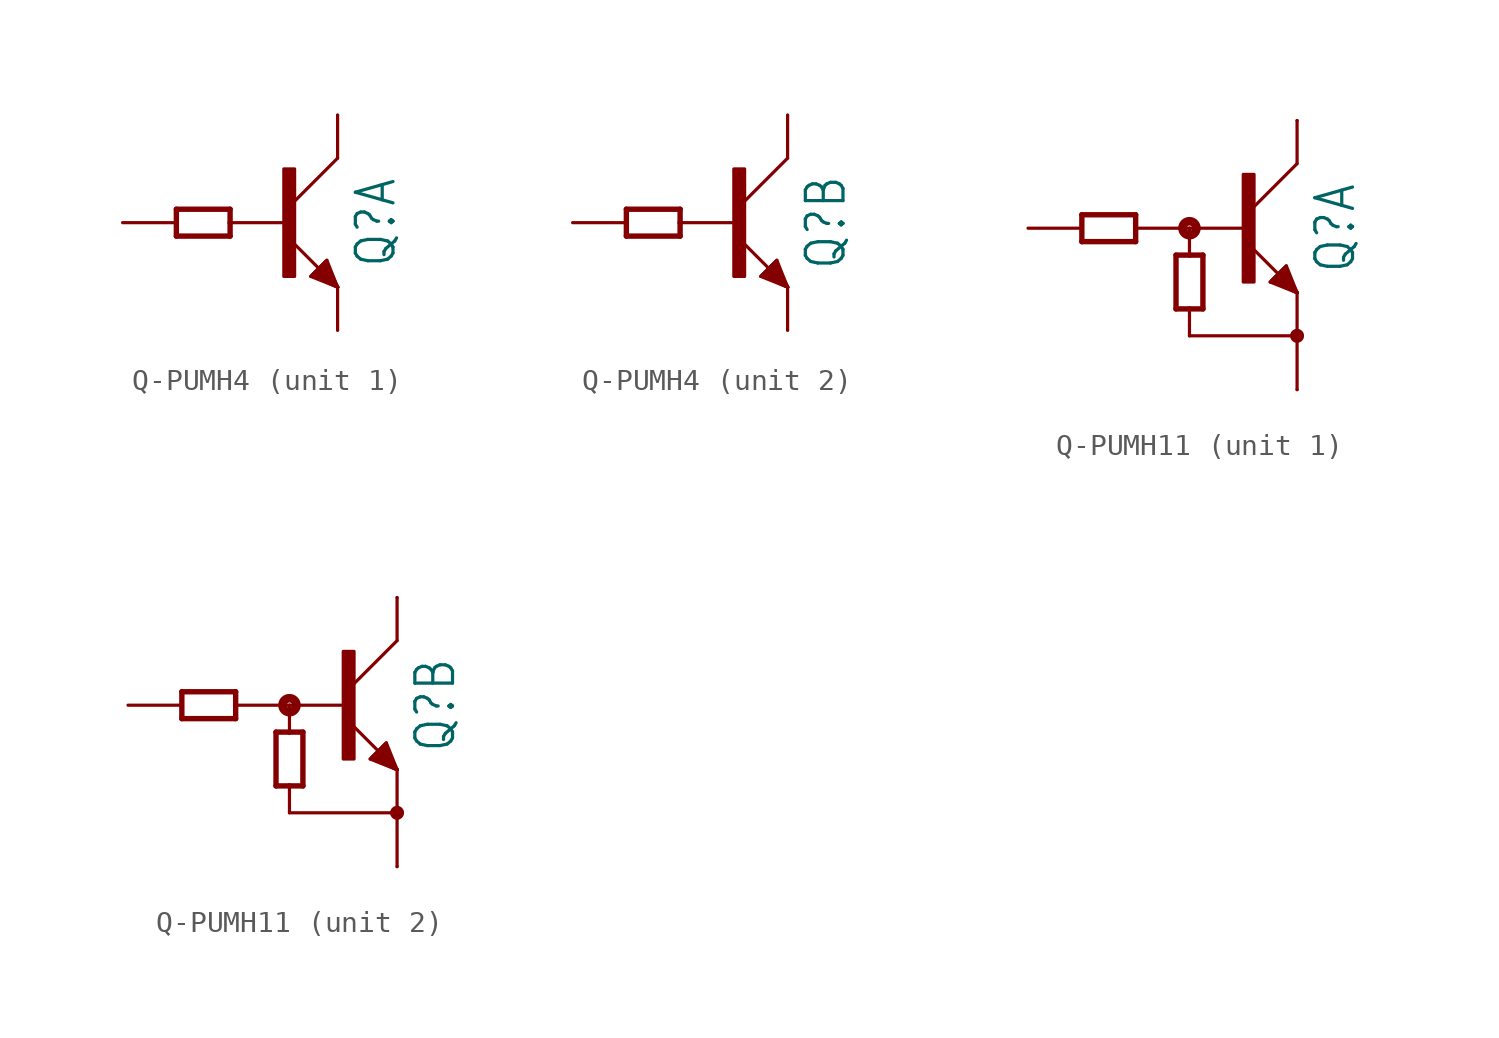
<source format=kicad_sym>
(kicad_symbol_lib
  (version 20231120)
  (generator "kicad_symbol_editor")
  (generator_version "8.0")
  (symbol "Q-PUMH4"
    (property "Reference" "Q"
      (at 3.302 0 90)
      (effects (font (size 1.778 1.511)) (justify top)))
    (property "Value" ""
      (at 5.842 0 90)
      (effects (font (size 1.778 1.511)) (justify top)))
    (property "ki_locked" ""
      (at 0 0 0)
      (effects (font (size 1.27 1.27))))
    (symbol "Q-PUMH4_1_0"
      (rectangle (start 0 -2.54) (end 0.508 2.54) (stroke (width 0) (type default)) (fill (type outline)))
      (polyline (pts (xy -5.08 -0.635) (xy -2.54 -0.635)) (stroke (width 0.254) (type solid)) (fill (type none)))
      (polyline (pts (xy -5.08 0.635) (xy -5.08 -0.635)) (stroke (width 0.254) (type solid)) (fill (type none)))
      (polyline (pts (xy -2.54 -0.635) (xy -2.54 0)) (stroke (width 0.254) (type solid)) (fill (type none)))
      (polyline (pts (xy -2.54 0) (xy -2.54 0.635)) (stroke (width 0.254) (type solid)) (fill (type none)))
      (polyline (pts (xy -2.54 0.635) (xy -5.08 0.635)) (stroke (width 0.254) (type solid)) (fill (type none)))
      (polyline (pts (xy 0 0) (xy -2.54 0)) (stroke (width 0.152) (type solid)) (fill (type none)))
      (polyline (pts (xy 1.27 -2.54) (xy 2.54 -3.048)) (stroke (width 0.152) (type solid)) (fill (type none)))
      (polyline (pts (xy 1.333 -2.477) (xy 1.27 -2.54)) (stroke (width 0.152) (type solid)) (fill (type none)))
      (polyline (pts (xy 1.397 -2.413) (xy 1.333 -2.477)) (stroke (width 0.152) (type solid)) (fill (type none)))
      (polyline (pts (xy 1.46 -2.349) (xy 1.397 -2.413)) (stroke (width 0.152) (type solid)) (fill (type none)))
      (polyline (pts (xy 1.524 -2.286) (xy 1.46 -2.349)) (stroke (width 0.152) (type solid)) (fill (type none)))
      (polyline (pts (xy 1.587 -2.223) (xy 1.524 -2.286)) (stroke (width 0.152) (type solid)) (fill (type none)))
      (polyline (pts (xy 1.714 -2.095) (xy 1.587 -2.223)) (stroke (width 0.152) (type solid)) (fill (type none)))
      (polyline (pts (xy 1.778 -2.032) (xy 1.714 -2.095)) (stroke (width 0.152) (type solid)) (fill (type none)))
      (polyline (pts (xy 1.841 -1.968) (xy 1.778 -2.032)) (stroke (width 0.152) (type solid)) (fill (type none)))
      (polyline (pts (xy 1.905 -1.905) (xy 1.841 -1.968)) (stroke (width 0.152) (type solid)) (fill (type none)))
      (polyline (pts (xy 1.968 -1.841) (xy 1.905 -1.905)) (stroke (width 0.152) (type solid)) (fill (type none)))
      (polyline (pts (xy 2.032 -1.778) (xy 1.968 -1.841)) (stroke (width 0.152) (type solid)) (fill (type none)))
      (polyline (pts (xy 2.54 -3.048) (xy 0.254 -0.762)) (stroke (width 0.152) (type solid)) (fill (type none)))
      (polyline (pts (xy 2.54 -3.048) (xy 1.333 -2.477)) (stroke (width 0.152) (type solid)) (fill (type none)))
      (polyline (pts (xy 2.54 -3.048) (xy 1.397 -2.413)) (stroke (width 0.152) (type solid)) (fill (type none)))
      (polyline (pts (xy 2.54 -3.048) (xy 1.46 -2.349)) (stroke (width 0.152) (type solid)) (fill (type none)))
      (polyline (pts (xy 2.54 -3.048) (xy 1.524 -2.286)) (stroke (width 0.152) (type solid)) (fill (type none)))
      (polyline (pts (xy 2.54 -3.048) (xy 1.587 -2.223)) (stroke (width 0.152) (type solid)) (fill (type none)))
      (polyline (pts (xy 2.54 -3.048) (xy 1.714 -2.095)) (stroke (width 0.152) (type solid)) (fill (type none)))
      (polyline (pts (xy 2.54 -3.048) (xy 1.778 -2.032)) (stroke (width 0.152) (type solid)) (fill (type none)))
      (polyline (pts (xy 2.54 -3.048) (xy 1.841 -1.968)) (stroke (width 0.152) (type solid)) (fill (type none)))
      (polyline (pts (xy 2.54 -3.048) (xy 1.905 -1.905)) (stroke (width 0.152) (type solid)) (fill (type none)))
      (polyline (pts (xy 2.54 -3.048) (xy 1.968 -1.841)) (stroke (width 0.152) (type solid)) (fill (type none)))
      (polyline (pts (xy 2.54 -3.048) (xy 2.032 -1.778)) (stroke (width 0.152) (type solid)) (fill (type none)))
      (polyline (pts (xy 2.54 -3.048) (xy 2.54 -5.08)) (stroke (width 0.152) (type solid)) (fill (type none)))
      (polyline (pts (xy 2.54 3.048) (xy 0.254 0.762)) (stroke (width 0.152) (type solid)) (fill (type none)))
      (polyline (pts (xy 2.54 5.08) (xy 2.54 3.048)) (stroke (width 0.152) (type solid)) (fill (type none)))
      (pin passive line (at 2.54 -5.08 90) (length 0) (name "E" (effects (font (size 0 0)))) (number "1" (effects (font (size 0 0)))))
      (pin passive line (at -7.62 0 0) (length 2.54) (name "B" (effects (font (size 0 0)))) (number "2" (effects (font (size 0 0)))))
      (pin passive line (at 2.54 5.08 270) (length 0) (name "C" (effects (font (size 0 0)))) (number "6" (effects (font (size 0 0))))))
    (symbol "Q-PUMH4_2_0"
      (rectangle (start 0 -2.54) (end 0.508 2.54) (stroke (width 0) (type default)) (fill (type outline)))
      (polyline (pts (xy -5.08 -0.635) (xy -2.54 -0.635)) (stroke (width 0.254) (type solid)) (fill (type none)))
      (polyline (pts (xy -5.08 0.635) (xy -5.08 -0.635)) (stroke (width 0.254) (type solid)) (fill (type none)))
      (polyline (pts (xy -2.54 -0.635) (xy -2.54 0)) (stroke (width 0.254) (type solid)) (fill (type none)))
      (polyline (pts (xy -2.54 0) (xy -2.54 0.635)) (stroke (width 0.254) (type solid)) (fill (type none)))
      (polyline (pts (xy -2.54 0.635) (xy -5.08 0.635)) (stroke (width 0.254) (type solid)) (fill (type none)))
      (polyline (pts (xy 0 0) (xy -2.54 0)) (stroke (width 0.152) (type solid)) (fill (type none)))
      (polyline (pts (xy 1.27 -2.54) (xy 2.54 -3.048)) (stroke (width 0.152) (type solid)) (fill (type none)))
      (polyline (pts (xy 1.333 -2.477) (xy 1.27 -2.54)) (stroke (width 0.152) (type solid)) (fill (type none)))
      (polyline (pts (xy 1.397 -2.413) (xy 1.333 -2.477)) (stroke (width 0.152) (type solid)) (fill (type none)))
      (polyline (pts (xy 1.46 -2.349) (xy 1.397 -2.413)) (stroke (width 0.152) (type solid)) (fill (type none)))
      (polyline (pts (xy 1.524 -2.286) (xy 1.46 -2.349)) (stroke (width 0.152) (type solid)) (fill (type none)))
      (polyline (pts (xy 1.587 -2.223) (xy 1.524 -2.286)) (stroke (width 0.152) (type solid)) (fill (type none)))
      (polyline (pts (xy 1.714 -2.095) (xy 1.587 -2.223)) (stroke (width 0.152) (type solid)) (fill (type none)))
      (polyline (pts (xy 1.778 -2.032) (xy 1.714 -2.095)) (stroke (width 0.152) (type solid)) (fill (type none)))
      (polyline (pts (xy 1.841 -1.968) (xy 1.778 -2.032)) (stroke (width 0.152) (type solid)) (fill (type none)))
      (polyline (pts (xy 1.905 -1.905) (xy 1.841 -1.968)) (stroke (width 0.152) (type solid)) (fill (type none)))
      (polyline (pts (xy 1.968 -1.841) (xy 1.905 -1.905)) (stroke (width 0.152) (type solid)) (fill (type none)))
      (polyline (pts (xy 2.032 -1.778) (xy 1.968 -1.841)) (stroke (width 0.152) (type solid)) (fill (type none)))
      (polyline (pts (xy 2.54 -3.048) (xy 0.254 -0.762)) (stroke (width 0.152) (type solid)) (fill (type none)))
      (polyline (pts (xy 2.54 -3.048) (xy 1.333 -2.477)) (stroke (width 0.152) (type solid)) (fill (type none)))
      (polyline (pts (xy 2.54 -3.048) (xy 1.397 -2.413)) (stroke (width 0.152) (type solid)) (fill (type none)))
      (polyline (pts (xy 2.54 -3.048) (xy 1.46 -2.349)) (stroke (width 0.152) (type solid)) (fill (type none)))
      (polyline (pts (xy 2.54 -3.048) (xy 1.524 -2.286)) (stroke (width 0.152) (type solid)) (fill (type none)))
      (polyline (pts (xy 2.54 -3.048) (xy 1.587 -2.223)) (stroke (width 0.152) (type solid)) (fill (type none)))
      (polyline (pts (xy 2.54 -3.048) (xy 1.714 -2.095)) (stroke (width 0.152) (type solid)) (fill (type none)))
      (polyline (pts (xy 2.54 -3.048) (xy 1.778 -2.032)) (stroke (width 0.152) (type solid)) (fill (type none)))
      (polyline (pts (xy 2.54 -3.048) (xy 1.841 -1.968)) (stroke (width 0.152) (type solid)) (fill (type none)))
      (polyline (pts (xy 2.54 -3.048) (xy 1.905 -1.905)) (stroke (width 0.152) (type solid)) (fill (type none)))
      (polyline (pts (xy 2.54 -3.048) (xy 1.968 -1.841)) (stroke (width 0.152) (type solid)) (fill (type none)))
      (polyline (pts (xy 2.54 -3.048) (xy 2.032 -1.778)) (stroke (width 0.152) (type solid)) (fill (type none)))
      (polyline (pts (xy 2.54 -3.048) (xy 2.54 -5.08)) (stroke (width 0.152) (type solid)) (fill (type none)))
      (polyline (pts (xy 2.54 3.048) (xy 0.254 0.762)) (stroke (width 0.152) (type solid)) (fill (type none)))
      (polyline (pts (xy 2.54 5.08) (xy 2.54 3.048)) (stroke (width 0.152) (type solid)) (fill (type none)))
      (pin passive line (at 2.54 5.08 270) (length 0) (name "C" (effects (font (size 0 0)))) (number "3" (effects (font (size 0 0)))))
      (pin passive line (at 2.54 -5.08 90) (length 0) (name "E" (effects (font (size 0 0)))) (number "4" (effects (font (size 0 0)))))
      (pin passive line (at -7.62 0 0) (length 2.54) (name "B" (effects (font (size 0 0)))) (number "5" (effects (font (size 0 0)))))))
  (symbol "Q-PUMH11"
    (property "Reference" "Q"
      (at 5.842 0 90)
      (effects (font (size 1.778 1.511)) (justify top)))
    (property "Value" ""
      (at 8.382 0 90)
      (effects (font (size 1.778 1.511)) (justify top)))
    (property "ki_locked" ""
      (at 0 0 0)
      (effects (font (size 1.27 1.27))))
    (symbol "Q-PUMH11_1_0"
      (polyline (pts (xy -5.08 -0.635) (xy -2.54 -0.635)) (stroke (width 0.254) (type solid)) (fill (type none)))
      (polyline (pts (xy -5.08 0.635) (xy -5.08 -0.635)) (stroke (width 0.254) (type solid)) (fill (type none)))
      (polyline (pts (xy -2.54 -0.635) (xy -2.54 0)) (stroke (width 0.254) (type solid)) (fill (type none)))
      (polyline (pts (xy -2.54 0) (xy -2.54 0.635)) (stroke (width 0.254) (type solid)) (fill (type none)))
      (polyline (pts (xy -2.54 0.635) (xy -5.08 0.635)) (stroke (width 0.254) (type solid)) (fill (type none)))
      (polyline (pts (xy -0.635 -3.81) (xy 0 -3.81)) (stroke (width 0.254) (type solid)) (fill (type none)))
      (polyline (pts (xy -0.635 -1.27) (xy -0.635 -3.81)) (stroke (width 0.254) (type solid)) (fill (type none)))
      (polyline (pts (xy 0 -5.08) (xy 0 -3.81)) (stroke (width 0.152) (type solid)) (fill (type none)))
      (polyline (pts (xy 0 -3.81) (xy 0.635 -3.81)) (stroke (width 0.254) (type solid)) (fill (type none)))
      (polyline (pts (xy 0 -1.27) (xy -0.635 -1.27)) (stroke (width 0.254) (type solid)) (fill (type none)))
      (polyline (pts (xy 0 -1.27) (xy 0 0)) (stroke (width 0.152) (type solid)) (fill (type none)))
      (polyline (pts (xy 0 0) (xy -2.54 0)) (stroke (width 0.152) (type solid)) (fill (type none)))
      (polyline (pts (xy 0.635 -3.81) (xy 0.635 -1.27)) (stroke (width 0.254) (type solid)) (fill (type none)))
      (polyline (pts (xy 0.635 -1.27) (xy 0 -1.27)) (stroke (width 0.254) (type solid)) (fill (type none)))
      (polyline (pts (xy 2.54 0) (xy 0 0)) (stroke (width 0.152) (type solid)) (fill (type none)))
      (polyline (pts (xy 3.81 -2.54) (xy 5.08 -3.048)) (stroke (width 0.152) (type solid)) (fill (type none)))
      (polyline (pts (xy 3.873 -2.477) (xy 3.81 -2.54)) (stroke (width 0.152) (type solid)) (fill (type none)))
      (polyline (pts (xy 3.937 -2.413) (xy 3.873 -2.477)) (stroke (width 0.152) (type solid)) (fill (type none)))
      (polyline (pts (xy 4 -2.349) (xy 3.937 -2.413)) (stroke (width 0.152) (type solid)) (fill (type none)))
      (polyline (pts (xy 4.064 -2.286) (xy 4 -2.349)) (stroke (width 0.152) (type solid)) (fill (type none)))
      (polyline (pts (xy 4.128 -2.223) (xy 4.064 -2.286)) (stroke (width 0.152) (type solid)) (fill (type none)))
      (polyline (pts (xy 4.255 -2.095) (xy 4.128 -2.223)) (stroke (width 0.152) (type solid)) (fill (type none)))
      (polyline (pts (xy 4.318 -2.032) (xy 4.255 -2.095)) (stroke (width 0.152) (type solid)) (fill (type none)))
      (polyline (pts (xy 4.381 -1.968) (xy 4.318 -2.032)) (stroke (width 0.152) (type solid)) (fill (type none)))
      (polyline (pts (xy 4.445 -1.905) (xy 4.381 -1.968)) (stroke (width 0.152) (type solid)) (fill (type none)))
      (polyline (pts (xy 4.508 -1.841) (xy 4.445 -1.905)) (stroke (width 0.152) (type solid)) (fill (type none)))
      (polyline (pts (xy 4.572 -1.778) (xy 4.508 -1.841)) (stroke (width 0.152) (type solid)) (fill (type none)))
      (polyline (pts (xy 5.08 -5.08) (xy 0 -5.08)) (stroke (width 0.152) (type solid)) (fill (type none)))
      (polyline (pts (xy 5.08 -5.08) (xy 5.08 -7.62)) (stroke (width 0.152) (type solid)) (fill (type none)))
      (polyline (pts (xy 5.08 -3.048) (xy 2.794 -0.762)) (stroke (width 0.152) (type solid)) (fill (type none)))
      (polyline (pts (xy 5.08 -3.048) (xy 3.873 -2.477)) (stroke (width 0.152) (type solid)) (fill (type none)))
      (polyline (pts (xy 5.08 -3.048) (xy 3.937 -2.413)) (stroke (width 0.152) (type solid)) (fill (type none)))
      (polyline (pts (xy 5.08 -3.048) (xy 4 -2.349)) (stroke (width 0.152) (type solid)) (fill (type none)))
      (polyline (pts (xy 5.08 -3.048) (xy 4.064 -2.286)) (stroke (width 0.152) (type solid)) (fill (type none)))
      (polyline (pts (xy 5.08 -3.048) (xy 4.128 -2.223)) (stroke (width 0.152) (type solid)) (fill (type none)))
      (polyline (pts (xy 5.08 -3.048) (xy 4.255 -2.095)) (stroke (width 0.152) (type solid)) (fill (type none)))
      (polyline (pts (xy 5.08 -3.048) (xy 4.318 -2.032)) (stroke (width 0.152) (type solid)) (fill (type none)))
      (polyline (pts (xy 5.08 -3.048) (xy 4.381 -1.968)) (stroke (width 0.152) (type solid)) (fill (type none)))
      (polyline (pts (xy 5.08 -3.048) (xy 4.445 -1.905)) (stroke (width 0.152) (type solid)) (fill (type none)))
      (polyline (pts (xy 5.08 -3.048) (xy 4.508 -1.841)) (stroke (width 0.152) (type solid)) (fill (type none)))
      (polyline (pts (xy 5.08 -3.048) (xy 4.572 -1.778)) (stroke (width 0.152) (type solid)) (fill (type none)))
      (polyline (pts (xy 5.08 -3.048) (xy 5.08 -5.08)) (stroke (width 0.152) (type solid)) (fill (type none)))
      (polyline (pts (xy 5.08 3.048) (xy 2.794 0.762)) (stroke (width 0.152) (type solid)) (fill (type none)))
      (polyline (pts (xy 5.08 5.08) (xy 5.08 3.048)) (stroke (width 0.152) (type solid)) (fill (type none)))
      (circle (center 0 0) (radius 0.127) (stroke (width 0.406) (type solid)) (fill (type none)))
      (rectangle (start 2.54 -2.54) (end 3.048 2.54) (stroke (width 0) (type default)) (fill (type outline)))
      (circle (center 5.08 -5.08) (radius 0.203) (stroke (width 0.254) (type solid)) (fill (type none)))
      (pin passive line (at 5.08 -7.62 90) (length 0) (name "E" (effects (font (size 0 0)))) (number "1" (effects (font (size 0 0)))))
      (pin passive line (at -7.62 0 0) (length 2.54) (name "B" (effects (font (size 0 0)))) (number "2" (effects (font (size 0 0)))))
      (pin passive line (at 5.08 5.08 270) (length 0) (name "C" (effects (font (size 0 0)))) (number "6" (effects (font (size 0 0))))))
    (symbol "Q-PUMH11_2_0"
      (polyline (pts (xy -5.08 -0.635) (xy -2.54 -0.635)) (stroke (width 0.254) (type solid)) (fill (type none)))
      (polyline (pts (xy -5.08 0.635) (xy -5.08 -0.635)) (stroke (width 0.254) (type solid)) (fill (type none)))
      (polyline (pts (xy -2.54 -0.635) (xy -2.54 0)) (stroke (width 0.254) (type solid)) (fill (type none)))
      (polyline (pts (xy -2.54 0) (xy -2.54 0.635)) (stroke (width 0.254) (type solid)) (fill (type none)))
      (polyline (pts (xy -2.54 0.635) (xy -5.08 0.635)) (stroke (width 0.254) (type solid)) (fill (type none)))
      (polyline (pts (xy -0.635 -3.81) (xy 0 -3.81)) (stroke (width 0.254) (type solid)) (fill (type none)))
      (polyline (pts (xy -0.635 -1.27) (xy -0.635 -3.81)) (stroke (width 0.254) (type solid)) (fill (type none)))
      (polyline (pts (xy 0 -5.08) (xy 0 -3.81)) (stroke (width 0.152) (type solid)) (fill (type none)))
      (polyline (pts (xy 0 -3.81) (xy 0.635 -3.81)) (stroke (width 0.254) (type solid)) (fill (type none)))
      (polyline (pts (xy 0 -1.27) (xy -0.635 -1.27)) (stroke (width 0.254) (type solid)) (fill (type none)))
      (polyline (pts (xy 0 -1.27) (xy 0 0)) (stroke (width 0.152) (type solid)) (fill (type none)))
      (polyline (pts (xy 0 0) (xy -2.54 0)) (stroke (width 0.152) (type solid)) (fill (type none)))
      (polyline (pts (xy 0.635 -3.81) (xy 0.635 -1.27)) (stroke (width 0.254) (type solid)) (fill (type none)))
      (polyline (pts (xy 0.635 -1.27) (xy 0 -1.27)) (stroke (width 0.254) (type solid)) (fill (type none)))
      (polyline (pts (xy 2.54 0) (xy 0 0)) (stroke (width 0.152) (type solid)) (fill (type none)))
      (polyline (pts (xy 3.81 -2.54) (xy 5.08 -3.048)) (stroke (width 0.152) (type solid)) (fill (type none)))
      (polyline (pts (xy 3.873 -2.477) (xy 3.81 -2.54)) (stroke (width 0.152) (type solid)) (fill (type none)))
      (polyline (pts (xy 3.937 -2.413) (xy 3.873 -2.477)) (stroke (width 0.152) (type solid)) (fill (type none)))
      (polyline (pts (xy 4 -2.349) (xy 3.937 -2.413)) (stroke (width 0.152) (type solid)) (fill (type none)))
      (polyline (pts (xy 4.064 -2.286) (xy 4 -2.349)) (stroke (width 0.152) (type solid)) (fill (type none)))
      (polyline (pts (xy 4.128 -2.223) (xy 4.064 -2.286)) (stroke (width 0.152) (type solid)) (fill (type none)))
      (polyline (pts (xy 4.255 -2.095) (xy 4.128 -2.223)) (stroke (width 0.152) (type solid)) (fill (type none)))
      (polyline (pts (xy 4.318 -2.032) (xy 4.255 -2.095)) (stroke (width 0.152) (type solid)) (fill (type none)))
      (polyline (pts (xy 4.381 -1.968) (xy 4.318 -2.032)) (stroke (width 0.152) (type solid)) (fill (type none)))
      (polyline (pts (xy 4.445 -1.905) (xy 4.381 -1.968)) (stroke (width 0.152) (type solid)) (fill (type none)))
      (polyline (pts (xy 4.508 -1.841) (xy 4.445 -1.905)) (stroke (width 0.152) (type solid)) (fill (type none)))
      (polyline (pts (xy 4.572 -1.778) (xy 4.508 -1.841)) (stroke (width 0.152) (type solid)) (fill (type none)))
      (polyline (pts (xy 5.08 -5.08) (xy 0 -5.08)) (stroke (width 0.152) (type solid)) (fill (type none)))
      (polyline (pts (xy 5.08 -5.08) (xy 5.08 -7.62)) (stroke (width 0.152) (type solid)) (fill (type none)))
      (polyline (pts (xy 5.08 -3.048) (xy 2.794 -0.762)) (stroke (width 0.152) (type solid)) (fill (type none)))
      (polyline (pts (xy 5.08 -3.048) (xy 3.873 -2.477)) (stroke (width 0.152) (type solid)) (fill (type none)))
      (polyline (pts (xy 5.08 -3.048) (xy 3.937 -2.413)) (stroke (width 0.152) (type solid)) (fill (type none)))
      (polyline (pts (xy 5.08 -3.048) (xy 4 -2.349)) (stroke (width 0.152) (type solid)) (fill (type none)))
      (polyline (pts (xy 5.08 -3.048) (xy 4.064 -2.286)) (stroke (width 0.152) (type solid)) (fill (type none)))
      (polyline (pts (xy 5.08 -3.048) (xy 4.128 -2.223)) (stroke (width 0.152) (type solid)) (fill (type none)))
      (polyline (pts (xy 5.08 -3.048) (xy 4.255 -2.095)) (stroke (width 0.152) (type solid)) (fill (type none)))
      (polyline (pts (xy 5.08 -3.048) (xy 4.318 -2.032)) (stroke (width 0.152) (type solid)) (fill (type none)))
      (polyline (pts (xy 5.08 -3.048) (xy 4.381 -1.968)) (stroke (width 0.152) (type solid)) (fill (type none)))
      (polyline (pts (xy 5.08 -3.048) (xy 4.445 -1.905)) (stroke (width 0.152) (type solid)) (fill (type none)))
      (polyline (pts (xy 5.08 -3.048) (xy 4.508 -1.841)) (stroke (width 0.152) (type solid)) (fill (type none)))
      (polyline (pts (xy 5.08 -3.048) (xy 4.572 -1.778)) (stroke (width 0.152) (type solid)) (fill (type none)))
      (polyline (pts (xy 5.08 -3.048) (xy 5.08 -5.08)) (stroke (width 0.152) (type solid)) (fill (type none)))
      (polyline (pts (xy 5.08 3.048) (xy 2.794 0.762)) (stroke (width 0.152) (type solid)) (fill (type none)))
      (polyline (pts (xy 5.08 5.08) (xy 5.08 3.048)) (stroke (width 0.152) (type solid)) (fill (type none)))
      (circle (center 0 0) (radius 0.127) (stroke (width 0.406) (type solid)) (fill (type none)))
      (rectangle (start 2.54 -2.54) (end 3.048 2.54) (stroke (width 0) (type default)) (fill (type outline)))
      (circle (center 5.08 -5.08) (radius 0.203) (stroke (width 0.254) (type solid)) (fill (type none)))
      (pin passive line (at 5.08 5.08 270) (length 0) (name "C" (effects (font (size 0 0)))) (number "3" (effects (font (size 0 0)))))
      (pin passive line (at 5.08 -7.62 90) (length 0) (name "E" (effects (font (size 0 0)))) (number "4" (effects (font (size 0 0)))))
      (pin passive line (at -7.62 0 0) (length 2.54) (name "B" (effects (font (size 0 0)))) (number "5" (effects (font (size 0 0))))))))
</source>
